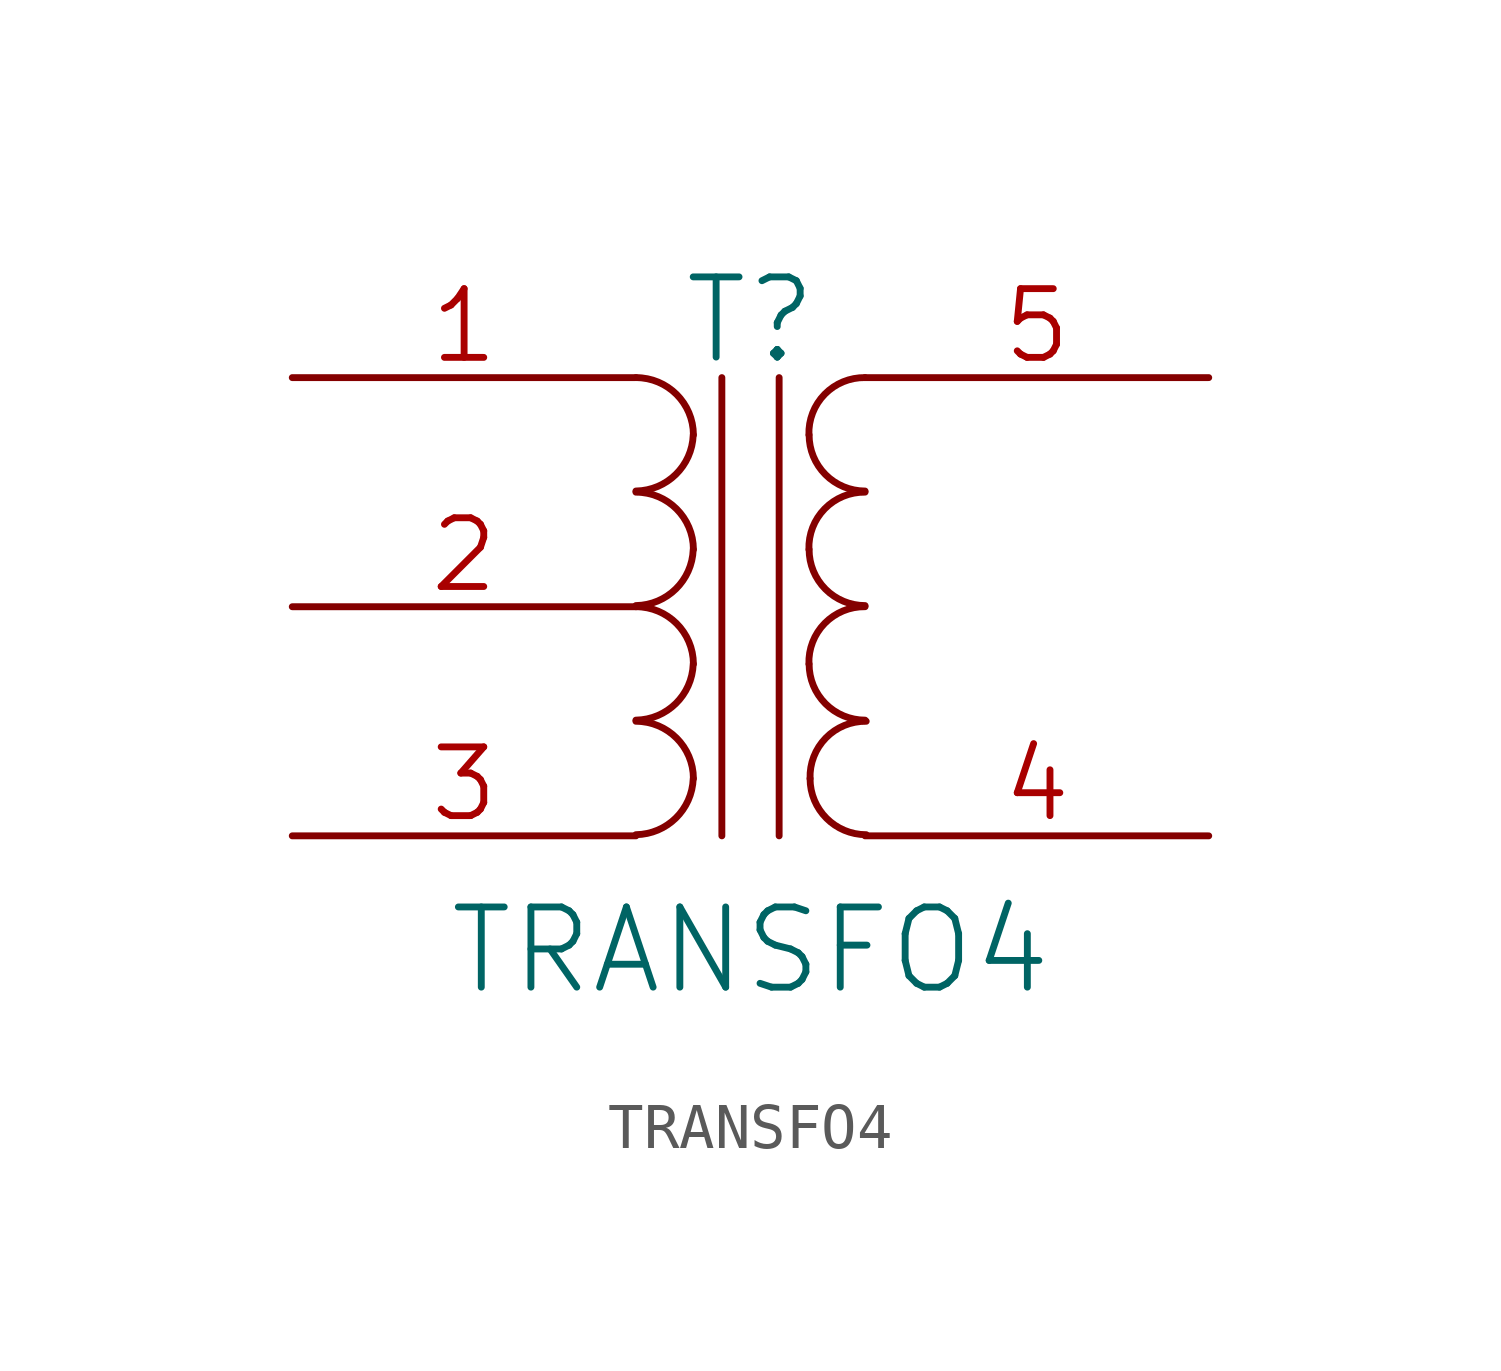
<source format=kicad_sym>
(kicad_symbol_lib
  (version 20220914)
  (generator kicad_symbol_editor)
  (symbol "TRANSFO4"
    (pin_names
      (offset 1.016) hide)
    (property "Reference" "T"
      (at 0 6.35 0)
      (effects (font (size 1.778 1.778))))
    (property "Value" "TRANSFO4"
      (at 0 -7.62 0)
      (effects (font (size 1.778 1.778))))
    (symbol "TRANSFO4_0_1"
      (arc (start -2.54 -5.0546) (mid -1.6599 -4.6901) (end -1.27 -3.81) (stroke (width 0) (type solid)) (fill (type none)))
      (arc (start -2.54 -2.5146) (mid -1.6599 -2.1501) (end -1.27 -1.27) (stroke (width 0) (type solid)) (fill (type none)))
      (arc (start -2.54 0.0254) (mid -1.6599 0.3899) (end -1.27 1.27) (stroke (width 0) (type solid)) (fill (type none)))
      (arc (start -2.54 2.5654) (mid -1.6599 2.9299) (end -1.27 3.81) (stroke (width 0) (type solid)) (fill (type none)))
      (arc (start -1.27 -3.81) (mid -1.642 -2.912) (end -2.54 -2.54) (stroke (width 0) (type solid)) (fill (type none)))
      (arc (start -1.27 -1.27) (mid -1.642 -0.372) (end -2.54 0) (stroke (width 0) (type solid)) (fill (type none)))
      (arc (start -1.27 1.27) (mid -1.642 2.168) (end -2.54 2.54) (stroke (width 0) (type solid)) (fill (type none)))
      (arc (start -1.27 3.81) (mid -1.642 4.708) (end -2.54 5.08) (stroke (width 0) (type solid)) (fill (type none)))
      (polyline (pts (xy -0.635 5.08) (xy -0.635 -5.08)) (stroke (width 0) (type solid)) (fill (type none)))
      (polyline (pts (xy 0.635 -5.08) (xy 0.635 5.08)) (stroke (width 0) (type solid)) (fill (type none)))
      (arc (start 1.2954 -1.27) (mid 1.6599 -2.1501) (end 2.54 -2.5146) (stroke (width 0) (type solid)) (fill (type none)))
      (arc (start 1.2954 1.27) (mid 1.6599 0.3899) (end 2.54 0.0254) (stroke (width 0) (type solid)) (fill (type none)))
      (arc (start 1.2954 3.81) (mid 1.6599 2.9299) (end 2.54 2.5654) (stroke (width 0) (type solid)) (fill (type none)))
      (arc (start 1.3208 -3.81) (mid 1.6853 -4.6901) (end 2.5654 -5.0546) (stroke (width 0) (type solid)) (fill (type none)))
      (arc (start 2.54 0) (mid 1.642 -0.372) (end 1.2954 -1.27) (stroke (width 0) (type solid)) (fill (type none)))
      (arc (start 2.54 2.54) (mid 1.642 2.168) (end 1.2954 1.27) (stroke (width 0) (type solid)) (fill (type none)))
      (arc (start 2.54 5.08) (mid 1.642 4.708) (end 1.2954 3.81) (stroke (width 0) (type solid)) (fill (type none)))
      (arc (start 2.5654 -2.54) (mid 1.6674 -2.912) (end 1.3208 -3.81) (stroke (width 0) (type solid)) (fill (type none))))
    (symbol "TRANSFO4_1_1"
      (pin passive line (at -10.16 5.08 0) (length 7.62) (name "PR1" (effects (font (size 1.524 1.524)))) (number "1" (effects (font (size 1.524 1.524)))))
      (pin passive line (at -10.16 0 0) (length 7.62) (name "PM" (effects (font (size 1.524 1.524)))) (number "2" (effects (font (size 1.524 1.524)))))
      (pin passive line (at -10.16 -5.08 0) (length 7.62) (name "PR2" (effects (font (size 1.524 1.524)))) (number "3" (effects (font (size 1.524 1.524)))))
      (pin passive line (at 10.16 -5.08 180) (length 7.62) (name "S1" (effects (font (size 1.524 1.524)))) (number "4" (effects (font (size 1.524 1.524)))))
      (pin passive line (at 10.16 5.08 180) (length 7.62) (name "S2" (effects (font (size 1.524 1.524)))) (number "5" (effects (font (size 1.524 1.524))))))))
</source>
